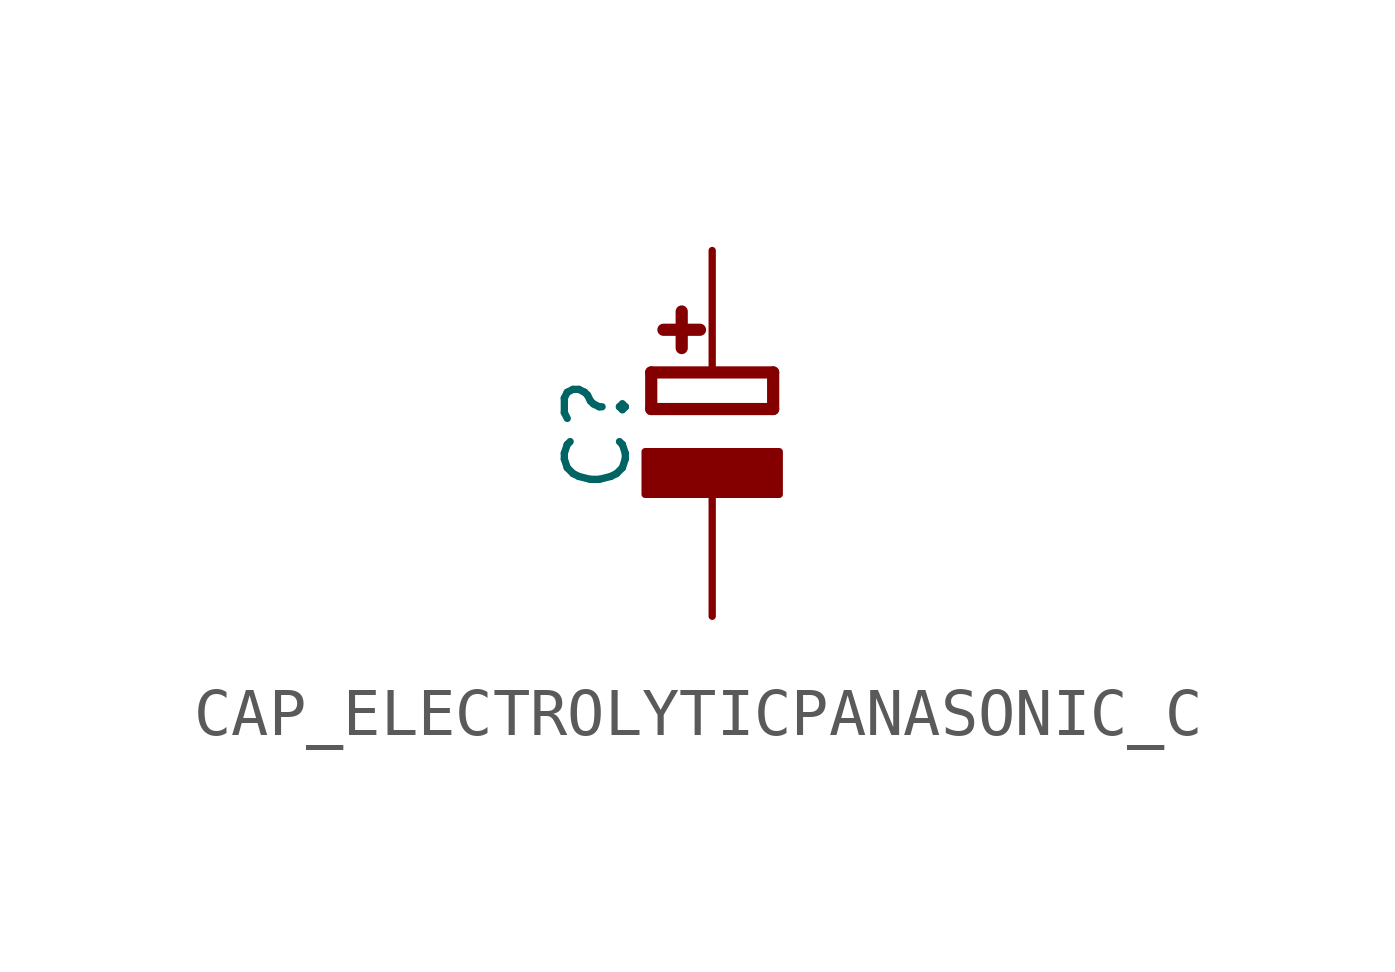
<source format=kicad_sym>
(kicad_symbol_lib
  (version 20220914)
  (generator kicad_symbol_editor)
  (symbol "CAP_ELECTROLYTICPANASONIC_C"
    (property "Reference" "C"
      (at -2.39 1.25 90)
      (effects (font (size 1.27 1.27))))
    (property "Value" ""
      (at 2.5 1.25 90)
      (effects (font (size 1.27 1.27))))
    (property "ki_locked" ""
      (at 0 0 0)
      (effects (font (size 1.27 1.27))))
    (symbol "CAP_ELECTROLYTICPANASONIC_C_1_0"
      (rectangle (start -1.397 0) (end 1.397 0.889) (stroke (width 0) (type default)) (fill (type outline)))
      (polyline (pts (xy -1.27 1.778) (xy -1.27 2.54)) (stroke (width 0.254) (type solid)) (fill (type none)))
      (polyline (pts (xy -1.27 2.54) (xy 1.27 2.54)) (stroke (width 0.254) (type solid)) (fill (type none)))
      (polyline (pts (xy -1.016 3.429) (xy -0.254 3.429)) (stroke (width 0.254) (type solid)) (fill (type none)))
      (polyline (pts (xy -0.635 3.81) (xy -0.635 3.048)) (stroke (width 0.254) (type solid)) (fill (type none)))
      (polyline (pts (xy 1.27 1.778) (xy -1.27 1.778)) (stroke (width 0.254) (type solid)) (fill (type none)))
      (polyline (pts (xy 1.27 2.54) (xy 1.27 1.778)) (stroke (width 0.254) (type solid)) (fill (type none)))
      (pin passive line (at 0 5.08 270) (length 2.54) (name "+" (effects (font (size 0 0)))) (number "+" (effects (font (size 0 0)))))
      (pin passive line (at 0 -2.54 90) (length 2.54) (name "-" (effects (font (size 0 0)))) (number "-" (effects (font (size 0 0))))))))
</source>
